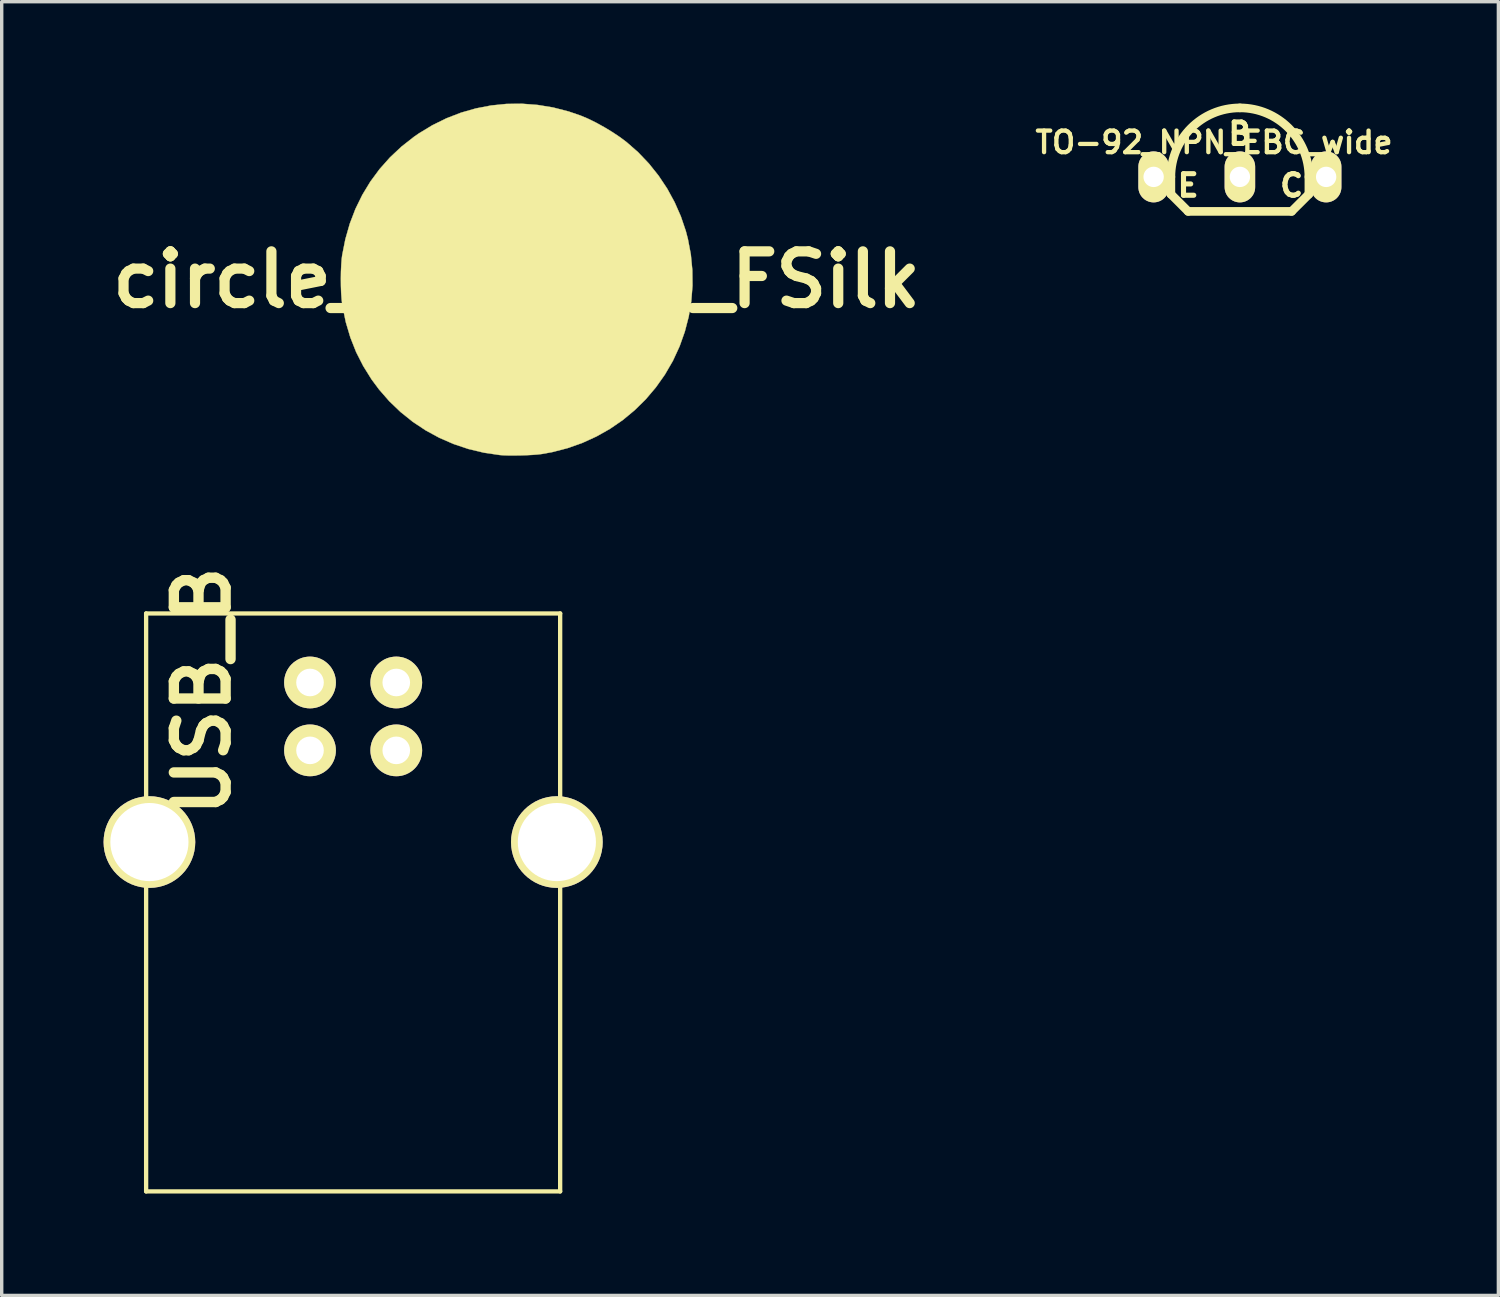
<source format=kicad_pcb>
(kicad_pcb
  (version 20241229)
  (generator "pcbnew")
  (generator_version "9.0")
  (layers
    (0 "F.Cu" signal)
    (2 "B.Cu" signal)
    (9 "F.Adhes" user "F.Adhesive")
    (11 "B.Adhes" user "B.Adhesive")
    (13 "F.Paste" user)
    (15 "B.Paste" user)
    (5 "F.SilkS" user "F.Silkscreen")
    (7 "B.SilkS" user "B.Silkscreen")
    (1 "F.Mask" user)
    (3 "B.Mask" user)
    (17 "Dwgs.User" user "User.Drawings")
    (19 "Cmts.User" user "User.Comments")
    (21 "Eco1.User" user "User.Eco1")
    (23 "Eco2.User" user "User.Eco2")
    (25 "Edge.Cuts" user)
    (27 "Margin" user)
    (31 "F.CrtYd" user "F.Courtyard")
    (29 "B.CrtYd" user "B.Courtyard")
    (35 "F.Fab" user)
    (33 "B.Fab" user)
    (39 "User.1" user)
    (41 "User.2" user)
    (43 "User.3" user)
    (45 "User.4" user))
  (footprint "USB_B"
    (layer "F.Cu")
    (at 7.349 21.746)
    (property "Reference" "USB_B" (at -4.445 -4.445 90) (layer "F.SilkS") (effects (font (size 1.524 1.524) (thickness 0.305))))
    (attr through_hole)
    (fp_line (start -6.096 -6.731) (end -6.096 10.287) (stroke (width 0.127) (type solid)) (layer "F.SilkS"))
    (fp_line (start -6.096 10.287) (end 6.096 10.287) (stroke (width 0.127) (type solid)) (layer "F.SilkS"))
    (fp_line (start 6.096 -6.731) (end -6.096 -6.731) (stroke (width 0.127) (type solid)) (layer "F.SilkS"))
    (fp_line (start 6.096 10.287) (end 6.096 -6.731) (stroke (width 0.127) (type solid)) (layer "F.SilkS"))
    (pad "1" thru_hole circle (at 1.27 -4.699) (size 1.524 1.524) (drill 0.813) (layers "*.Cu" "*.Mask" "F.SilkS"))
    (pad "2" thru_hole circle (at -1.27 -4.699) (size 1.524 1.524) (drill 0.813) (layers "*.Cu" "*.Mask" "F.SilkS"))
    (pad "3" thru_hole circle (at -1.27 -2.7) (size 1.524 1.524) (drill 0.813) (layers "*.Cu" "*.Mask" "F.SilkS"))
    (pad "4" thru_hole circle (at 1.27 -2.7) (size 1.524 1.524) (drill 0.813) (layers "*.Cu" "*.Mask" "F.SilkS"))
    (pad "5" thru_hole circle (at 5.999 0) (size 2.7 2.7) (drill 2.301) (layers "*.Cu" "*.Mask" "F.SilkS"))
    (pad "6" thru_hole circle (at -5.999 0) (size 2.7 2.7) (drill 2.301) (layers "*.Cu" "*.Mask" "F.SilkS")))
  (footprint "circle_negative_FSilk"
    (layer "F.Cu")
    (at 12.163 5.186)
    (property "Reference" "circle_negative_FSilk" (at 0 0 0) (layer "F.SilkS") (effects (font (size 1.524 1.524) (thickness 0.3))))
    (attr through_hole)
    (fp_poly (pts (xy 0.617 -5.146) (xy 1.074 -5.071) (xy 1.529 -4.954) (xy 1.873 -4.837) (xy 2.095 -4.744) (xy 2.334 -4.627) (xy 2.58 -4.491) (xy 2.823 -4.344) (xy 3.05 -4.192) (xy 3.239 -4.05) (xy 3.58 -3.751) (xy 3.895 -3.42) (xy 4.18 -3.063) (xy 4.434 -2.682) (xy 4.653 -2.28) (xy 4.837 -1.862) (xy 4.983 -1.431) (xy 5.044 -1.196) (xy 5.13 -0.742) (xy 5.174 -0.283) (xy 5.179 0.176) (xy 5.143 0.634) (xy 5.068 1.086) (xy 4.953 1.529) (xy 4.8 1.96) (xy 4.608 2.376) (xy 4.6 2.392) (xy 4.366 2.795) (xy 4.1 3.171) (xy 3.803 3.521) (xy 3.478 3.841) (xy 3.127 4.132) (xy 2.752 4.39) (xy 2.354 4.615) (xy 1.936 4.806) (xy 1.501 4.96) (xy 1.049 5.077) (xy 0.741 5.133) (xy 0.621 5.147) (xy 0.469 5.159) (xy 0.297 5.168) (xy 0.115 5.174) (xy -0.067 5.176) (xy -0.238 5.176) (xy -0.387 5.171) (xy -0.497 5.163) (xy -0.963 5.094) (xy -1.416 4.986) (xy -1.855 4.839) (xy -2.276 4.656) (xy -2.678 4.437) (xy -3.059 4.184) (xy -3.417 3.897) (xy -3.749 3.579) (xy -4.053 3.23) (xy -4.272 2.935) (xy -4.517 2.542) (xy -4.726 2.131) (xy -4.896 1.701) (xy -5.03 1.251) (xy -5.127 0.78) (xy -5.137 0.72) (xy -5.154 0.569) (xy -5.167 0.387) (xy -5.174 0.185) (xy -5.176 -0.026) (xy -5.173 -0.237) (xy -5.164 -0.435) (xy -5.151 -0.61) (xy -5.137 -0.72) (xy -5.043 -1.194) (xy -4.913 -1.649) (xy -4.746 -2.085) (xy -4.543 -2.499) (xy -4.305 -2.891) (xy -4.033 -3.259) (xy -3.727 -3.603) (xy -3.389 -3.92) (xy -3.019 -4.21) (xy -2.879 -4.307) (xy -2.478 -4.55) (xy -2.063 -4.754) (xy -1.635 -4.919) (xy -1.197 -5.044) (xy -0.75 -5.13) (xy -0.297 -5.176) (xy 0.159 -5.181) (xy 0.617 -5.146)) (stroke (width 0.01) (type solid)) (fill yes) (layer "F.SilkS")))
  (footprint "TO-92_NPN_EBC_wide"
    (layer "F.Cu")
    (at 30.921 2.159)
    (property "Reference" "TO-92_NPN_EBC_wide" (at 1.778 -1.016 0) (layer "F.SilkS") (effects (font (size 0.635 0.635) (thickness 0.127))))
    (attr through_hole)
    (fp_line (start 0.508 0.508) (end 0.508 0) (stroke (width 0.254) (type solid)) (layer "F.SilkS"))
    (fp_line (start 1.016 1.016) (end 0.508 0.508) (stroke (width 0.254) (type solid)) (layer "F.SilkS"))
    (fp_line (start 1.016 1.016) (end 4.064 1.016) (stroke (width 0.254) (type solid)) (layer "F.SilkS"))
    (fp_line (start 4.064 1.016) (end 4.572 0.508) (stroke (width 0.254) (type solid)) (layer "F.SilkS"))
    (fp_line (start 4.572 0.508) (end 4.572 0) (stroke (width 0.254) (type solid)) (layer "F.SilkS"))
    (fp_arc (start 0.508 0) (mid 1.103159 -1.436841) (end 2.54 -2.032) (stroke (width 0.254) (type solid)) (layer "F.SilkS"))
    (fp_arc (start 2.54 -2.032) (mid 3.976841 -1.436841) (end 4.572 0) (stroke (width 0.254) (type solid)) (layer "F.SilkS"))
    (fp_text user "C" (at 4.064 0.254 0) (layer "F.SilkS") (effects (font (size 0.635 0.635) (thickness 0.15))))
    (fp_text user "E" (at 1.016 0.254 0) (layer "F.SilkS") (effects (font (size 0.635 0.635) (thickness 0.15))))
    (fp_text user "B" (at 2.54 -1.27 0) (layer "F.SilkS") (effects (font (size 0.635 0.635) (thickness 0.15))))
    (pad "1" thru_hole oval (at 0 0 180) (size 0.899 1.501) (drill 0.6) (layers "*.Cu" "*.Mask" "F.SilkS"))
    (pad "2" thru_hole oval (at 2.54 0 180) (size 0.899 1.501) (drill 0.6) (layers "*.Cu" "*.Mask" "F.SilkS"))
    (pad "3" thru_hole oval (at 5.08 0 180) (size 0.899 1.501) (drill 0.6) (layers "*.Cu" "*.Mask" "F.SilkS")))
  (gr_rect
    (start -3 -3)
    (end 41.073 35.097)
    (stroke (width 0.1) (type default))
    (fill no)
    (layer "Edge.Cuts")))
</source>
